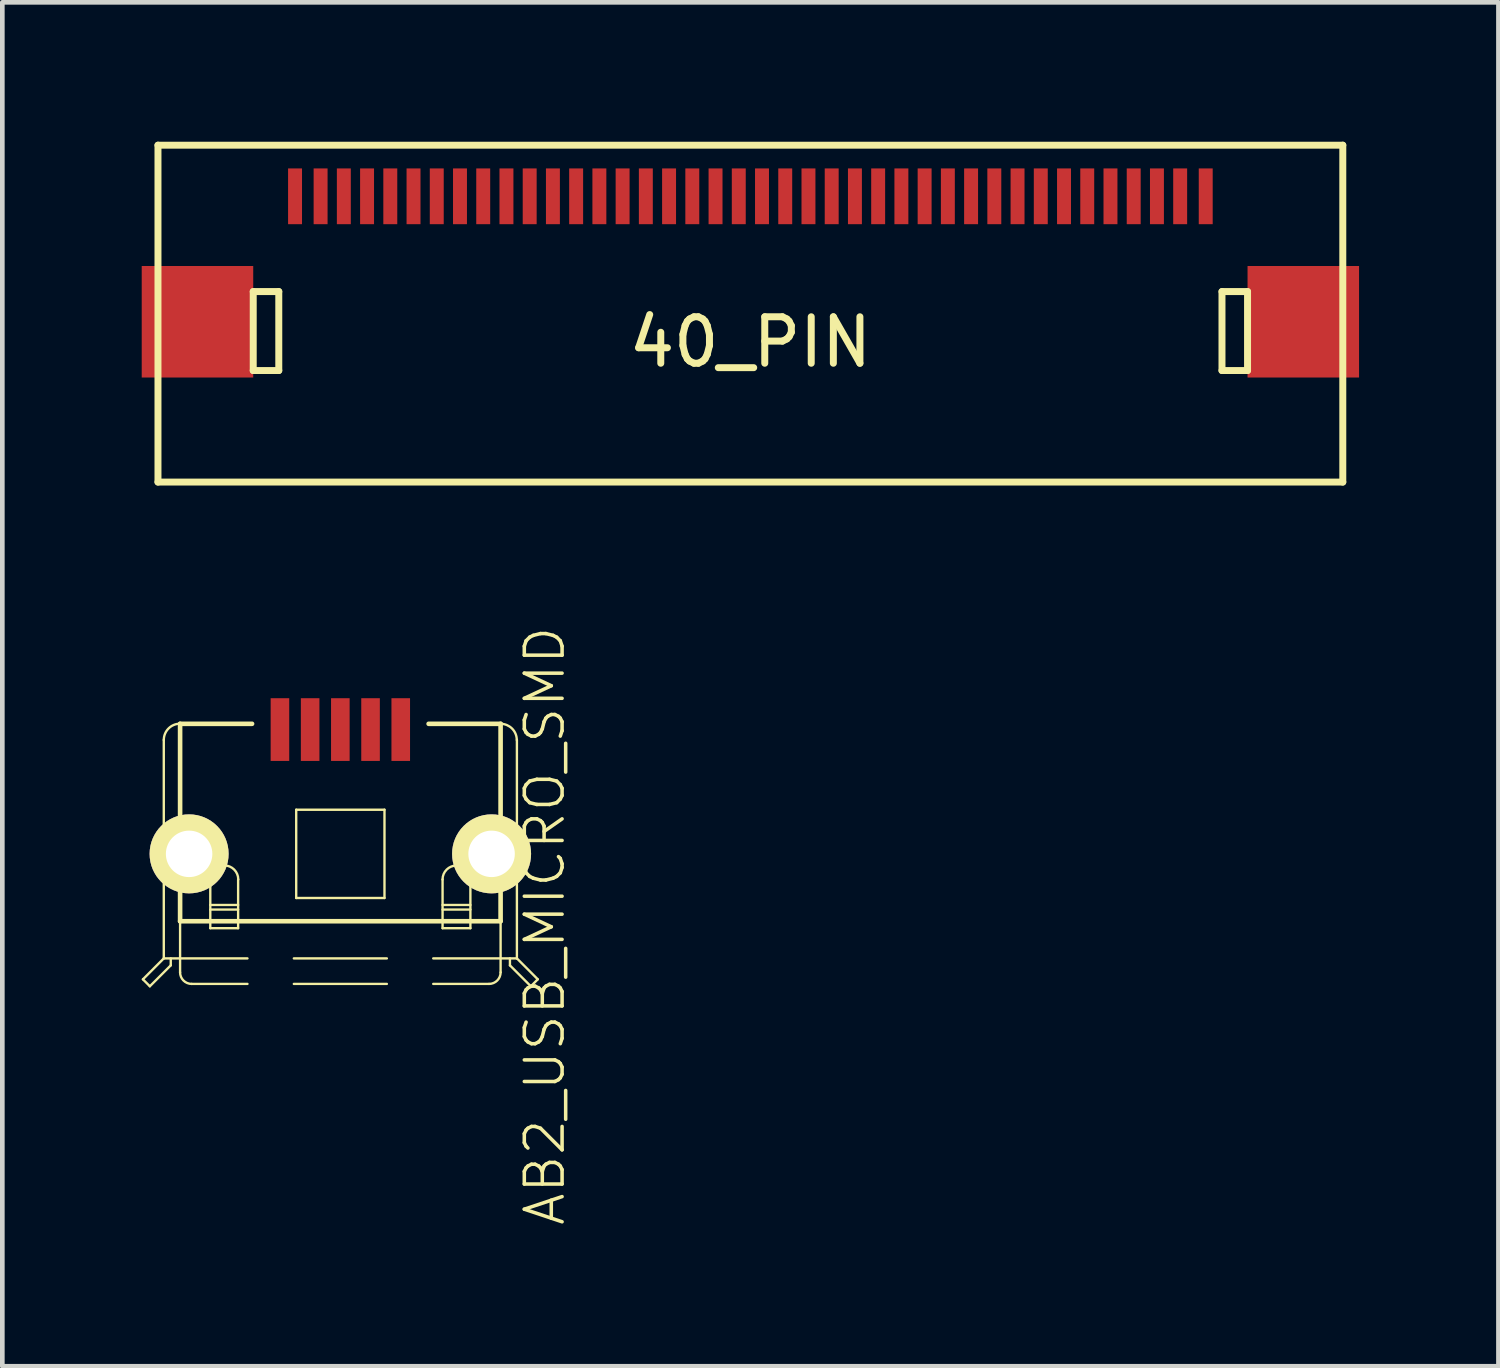
<source format=kicad_pcb>
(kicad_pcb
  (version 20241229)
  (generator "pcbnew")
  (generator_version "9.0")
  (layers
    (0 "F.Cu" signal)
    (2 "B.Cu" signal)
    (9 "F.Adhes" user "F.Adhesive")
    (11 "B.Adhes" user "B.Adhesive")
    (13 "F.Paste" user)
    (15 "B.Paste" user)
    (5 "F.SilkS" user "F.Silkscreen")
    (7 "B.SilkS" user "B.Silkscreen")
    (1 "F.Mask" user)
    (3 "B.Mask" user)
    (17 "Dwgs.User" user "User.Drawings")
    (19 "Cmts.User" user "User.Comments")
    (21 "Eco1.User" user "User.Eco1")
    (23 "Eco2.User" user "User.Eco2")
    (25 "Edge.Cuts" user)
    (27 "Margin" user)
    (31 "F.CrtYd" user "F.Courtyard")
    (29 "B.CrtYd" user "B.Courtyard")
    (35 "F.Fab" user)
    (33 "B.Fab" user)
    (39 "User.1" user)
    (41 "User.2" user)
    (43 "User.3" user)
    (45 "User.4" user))
  (footprint "40_PIN"
    (layer "F.Cu")
    (at 13.1 5.075)
    (property "Reference" "40_PIN" (at 0 -0.762 0) (layer "F.SilkS") (effects (font (size 1 1) (thickness 0.15))))
    (attr through_hole)
    (fp_line (start -12.75 -5) (end 12.75 -5) (stroke (width 0.15) (type solid)) (layer "F.SilkS"))
    (fp_line (start -12.75 2.25) (end -12.75 -5) (stroke (width 0.15) (type solid)) (layer "F.SilkS"))
    (fp_line (start -10.7 -1.85) (end -10.7 -0.15) (stroke (width 0.15) (type solid)) (layer "F.SilkS"))
    (fp_line (start -10.7 -0.15) (end -10.15 -0.15) (stroke (width 0.15) (type solid)) (layer "F.SilkS"))
    (fp_line (start -10.15 -1.85) (end -10.7 -1.85) (stroke (width 0.15) (type solid)) (layer "F.SilkS"))
    (fp_line (start -10.15 -0.15) (end -10.15 -1.85) (stroke (width 0.15) (type solid)) (layer "F.SilkS"))
    (fp_line (start 10.15 -1.85) (end 10.7 -1.85) (stroke (width 0.15) (type solid)) (layer "F.SilkS"))
    (fp_line (start 10.15 -0.15) (end 10.15 -1.85) (stroke (width 0.15) (type solid)) (layer "F.SilkS"))
    (fp_line (start 10.7 -1.85) (end 10.7 -0.15) (stroke (width 0.15) (type solid)) (layer "F.SilkS"))
    (fp_line (start 10.7 -0.15) (end 10.15 -0.15) (stroke (width 0.15) (type solid)) (layer "F.SilkS"))
    (fp_line (start 12.75 -5) (end 12.75 2.25) (stroke (width 0.15) (type solid)) (layer "F.SilkS"))
    (fp_line (start 12.75 2.25) (end -12.75 2.25) (stroke (width 0.15) (type solid)) (layer "F.SilkS"))
    (pad "1" smd rect (at -9.8 -3.9) (size 0.3 1.2) (layers "F.Cu" "F.Mask" "F.Paste"))
    (pad "2" smd rect (at -9.25 -3.9) (size 0.3 1.2) (layers "F.Cu" "F.Mask" "F.Paste"))
    (pad "3" smd rect (at -8.75 -3.9) (size 0.3 1.2) (layers "F.Cu" "F.Mask" "F.Paste"))
    (pad "4" smd rect (at -8.25 -3.9) (size 0.3 1.2) (layers "F.Cu" "F.Mask" "F.Paste"))
    (pad "5" smd rect (at -7.75 -3.9) (size 0.3 1.2) (layers "F.Cu" "F.Mask" "F.Paste"))
    (pad "6" smd rect (at -7.25 -3.9) (size 0.3 1.2) (layers "F.Cu" "F.Mask" "F.Paste"))
    (pad "7" smd rect (at -6.75 -3.9) (size 0.3 1.2) (layers "F.Cu" "F.Mask" "F.Paste"))
    (pad "8" smd rect (at -6.25 -3.9) (size 0.3 1.2) (layers "F.Cu" "F.Mask" "F.Paste"))
    (pad "9" smd rect (at -5.75 -3.9) (size 0.3 1.2) (layers "F.Cu" "F.Mask" "F.Paste"))
    (pad "10" smd rect (at -5.25 -3.9) (size 0.3 1.2) (layers "F.Cu" "F.Mask" "F.Paste"))
    (pad "11" smd rect (at -4.75 -3.9) (size 0.3 1.2) (layers "F.Cu" "F.Mask" "F.Paste"))
    (pad "12" smd rect (at -4.25 -3.9) (size 0.3 1.2) (layers "F.Cu" "F.Mask" "F.Paste"))
    (pad "13" smd rect (at -3.75 -3.9) (size 0.3 1.2) (layers "F.Cu" "F.Mask" "F.Paste"))
    (pad "14" smd rect (at -3.25 -3.9) (size 0.3 1.2) (layers "F.Cu" "F.Mask" "F.Paste"))
    (pad "15" smd rect (at -2.75 -3.9) (size 0.3 1.2) (layers "F.Cu" "F.Mask" "F.Paste"))
    (pad "16" smd rect (at -2.25 -3.9) (size 0.3 1.2) (layers "F.Cu" "F.Mask" "F.Paste"))
    (pad "17" smd rect (at -1.75 -3.9) (size 0.3 1.2) (layers "F.Cu" "F.Mask" "F.Paste"))
    (pad "18" smd rect (at -1.25 -3.9) (size 0.3 1.2) (layers "F.Cu" "F.Mask" "F.Paste"))
    (pad "19" smd rect (at -0.75 -3.9) (size 0.3 1.2) (layers "F.Cu" "F.Mask" "F.Paste"))
    (pad "20" smd rect (at -0.25 -3.9) (size 0.3 1.2) (layers "F.Cu" "F.Mask" "F.Paste"))
    (pad "21" smd rect (at 0.25 -3.9) (size 0.3 1.2) (layers "F.Cu" "F.Mask" "F.Paste"))
    (pad "22" smd rect (at 0.75 -3.9) (size 0.3 1.2) (layers "F.Cu" "F.Mask" "F.Paste"))
    (pad "23" smd rect (at 1.25 -3.9) (size 0.3 1.2) (layers "F.Cu" "F.Mask" "F.Paste"))
    (pad "24" smd rect (at 1.75 -3.9) (size 0.3 1.2) (layers "F.Cu" "F.Mask" "F.Paste"))
    (pad "25" smd rect (at 2.25 -3.9) (size 0.3 1.2) (layers "F.Cu" "F.Mask" "F.Paste"))
    (pad "26" smd rect (at 2.75 -3.9) (size 0.3 1.2) (layers "F.Cu" "F.Mask" "F.Paste"))
    (pad "27" smd rect (at 3.25 -3.9) (size 0.3 1.2) (layers "F.Cu" "F.Mask" "F.Paste"))
    (pad "28" smd rect (at 3.75 -3.9) (size 0.3 1.2) (layers "F.Cu" "F.Mask" "F.Paste"))
    (pad "29" smd rect (at 4.25 -3.9) (size 0.3 1.2) (layers "F.Cu" "F.Mask" "F.Paste"))
    (pad "30" smd rect (at 4.75 -3.9) (size 0.3 1.2) (layers "F.Cu" "F.Mask" "F.Paste"))
    (pad "31" smd rect (at 5.25 -3.9) (size 0.3 1.2) (layers "F.Cu" "F.Mask" "F.Paste"))
    (pad "32" smd rect (at 5.75 -3.9) (size 0.3 1.2) (layers "F.Cu" "F.Mask" "F.Paste"))
    (pad "33" smd rect (at 6.25 -3.9) (size 0.3 1.2) (layers "F.Cu" "F.Mask" "F.Paste"))
    (pad "34" smd rect (at 6.75 -3.9) (size 0.3 1.2) (layers "F.Cu" "F.Mask" "F.Paste"))
    (pad "35" smd rect (at 7.25 -3.9) (size 0.3 1.2) (layers "F.Cu" "F.Mask" "F.Paste"))
    (pad "36" smd rect (at 7.75 -3.9) (size 0.3 1.2) (layers "F.Cu" "F.Mask" "F.Paste"))
    (pad "37" smd rect (at 8.25 -3.9) (size 0.3 1.2) (layers "F.Cu" "F.Mask" "F.Paste"))
    (pad "38" smd rect (at 8.75 -3.9) (size 0.3 1.2) (layers "F.Cu" "F.Mask" "F.Paste"))
    (pad "39" smd rect (at 9.25 -3.9) (size 0.3 1.2) (layers "F.Cu" "F.Mask" "F.Paste"))
    (pad "40" smd rect (at 9.8 -3.9) (size 0.3 1.2) (layers "F.Cu" "F.Mask" "F.Paste"))
    (pad "41" smd rect (at -11.9 -1.2) (size 2.4 2.4) (layers "F.Cu" "F.Mask" "F.Paste"))
    (pad "42" smd rect (at 11.9 -1.2) (size 2.4 2.4) (layers "F.Cu" "F.Mask" "F.Paste")))
  (footprint "AB2_USB_MICRO_SMD"
    (layer "F.Cu")
    (at 4.275 15.283)
    (property "Reference" "AB2_USB_MICRO_SMD" (at 4.4 1.594 270) (layer "F.SilkS") (effects (font (size 0.813 0.813) (thickness 0.076))))
    (attr through_hole)
    (fp_line (start -4.249 2.744) (end -4.1 2.894) (stroke (width 0.051) (type solid)) (layer "F.SilkS"))
    (fp_line (start -4.1 2.894) (end -3.65 2.444) (stroke (width 0.051) (type solid)) (layer "F.SilkS"))
    (fp_line (start -3.8 -2.407) (end -3.8 2.294) (stroke (width 0.051) (type solid)) (layer "F.SilkS"))
    (fp_line (start -3.8 2.294) (end -4.249 2.744) (stroke (width 0.051) (type solid)) (layer "F.SilkS"))
    (fp_line (start -3.8 2.294) (end -1.999 2.294) (stroke (width 0.051) (type solid)) (layer "F.SilkS"))
    (fp_line (start -3.65 2.444) (end -3.65 2.294) (stroke (width 0.051) (type solid)) (layer "F.SilkS"))
    (fp_line (start -3.449 -2.755) (end -1.9 -2.755) (stroke (width 0.099) (type solid)) (layer "F.SilkS"))
    (fp_line (start -3.449 1.494) (end -3.449 -2.755) (stroke (width 0.099) (type solid)) (layer "F.SilkS"))
    (fp_line (start -3.449 1.494) (end -3.449 2.594) (stroke (width 0.051) (type solid)) (layer "F.SilkS"))
    (fp_line (start -3.449 1.494) (end 3.449 1.494) (stroke (width 0.099) (type solid)) (layer "F.SilkS"))
    (fp_line (start -3.2 2.843) (end -1.999 2.843) (stroke (width 0.051) (type solid)) (layer "F.SilkS"))
    (fp_line (start -2.799 1.144) (end -2.2 1.144) (stroke (width 0.051) (type solid)) (layer "F.SilkS"))
    (fp_line (start -2.799 1.243) (end -2.2 1.243) (stroke (width 0.051) (type solid)) (layer "F.SilkS"))
    (fp_line (start -2.799 1.644) (end -2.799 0.595) (stroke (width 0.051) (type solid)) (layer "F.SilkS"))
    (fp_line (start -2.799 1.644) (end -2.2 1.644) (stroke (width 0.051) (type solid)) (layer "F.SilkS"))
    (fp_line (start -2.2 1.644) (end -2.2 0.595) (stroke (width 0.051) (type solid)) (layer "F.SilkS"))
    (fp_line (start -1.001 2.294) (end 1.001 2.294) (stroke (width 0.051) (type solid)) (layer "F.SilkS"))
    (fp_line (start -1.001 2.843) (end 1.001 2.843) (stroke (width 0.051) (type solid)) (layer "F.SilkS"))
    (fp_line (start -0.95 -0.906) (end 0.95 -0.906) (stroke (width 0.051) (type solid)) (layer "F.SilkS"))
    (fp_line (start -0.95 0.994) (end -0.95 -0.906) (stroke (width 0.051) (type solid)) (layer "F.SilkS"))
    (fp_line (start 0.95 -0.906) (end 0.95 0.994) (stroke (width 0.051) (type solid)) (layer "F.SilkS"))
    (fp_line (start 0.95 0.994) (end -0.95 0.994) (stroke (width 0.051) (type solid)) (layer "F.SilkS"))
    (fp_line (start 1.999 2.294) (end 3.8 2.294) (stroke (width 0.051) (type solid)) (layer "F.SilkS"))
    (fp_line (start 1.999 2.843) (end 3.2 2.843) (stroke (width 0.051) (type solid)) (layer "F.SilkS"))
    (fp_line (start 2.2 1.144) (end 2.799 1.144) (stroke (width 0.051) (type solid)) (layer "F.SilkS"))
    (fp_line (start 2.2 1.243) (end 2.799 1.243) (stroke (width 0.051) (type solid)) (layer "F.SilkS"))
    (fp_line (start 2.2 1.644) (end 2.2 0.595) (stroke (width 0.051) (type solid)) (layer "F.SilkS"))
    (fp_line (start 2.2 1.644) (end 2.799 1.644) (stroke (width 0.051) (type solid)) (layer "F.SilkS"))
    (fp_line (start 2.799 1.644) (end 2.799 0.595) (stroke (width 0.051) (type solid)) (layer "F.SilkS"))
    (fp_line (start 3.449 -2.755) (end 1.9 -2.755) (stroke (width 0.099) (type solid)) (layer "F.SilkS"))
    (fp_line (start 3.449 1.494) (end 3.449 -2.755) (stroke (width 0.099) (type solid)) (layer "F.SilkS"))
    (fp_line (start 3.449 1.494) (end 3.449 2.594) (stroke (width 0.051) (type solid)) (layer "F.SilkS"))
    (fp_line (start 3.65 2.444) (end 3.65 2.294) (stroke (width 0.051) (type solid)) (layer "F.SilkS"))
    (fp_line (start 3.8 -2.407) (end 3.8 2.294) (stroke (width 0.051) (type solid)) (layer "F.SilkS"))
    (fp_line (start 3.8 2.294) (end 4.249 2.744) (stroke (width 0.051) (type solid)) (layer "F.SilkS"))
    (fp_line (start 4.1 2.894) (end 3.65 2.444) (stroke (width 0.051) (type solid)) (layer "F.SilkS"))
    (fp_line (start 4.1 2.894) (end 4.249 2.744) (stroke (width 0.051) (type solid)) (layer "F.SilkS"))
    (fp_arc (start -3.79984 -2.4071) (mid -3.697175 -2.654955) (end -3.44932 -2.75762) (stroke (width 0.0508) (type solid)) (layer "F.SilkS"))
    (fp_arc (start -3.2004 2.84308) (mid -3.376413 2.770173) (end -3.44932 2.59416) (stroke (width 0.0508) (type solid)) (layer "F.SilkS"))
    (fp_arc (start -2.79908 0.59518) (mid -2.711294 0.383246) (end -2.49936 0.29546) (stroke (width 0.0508) (type solid)) (layer "F.SilkS"))
    (fp_arc (start -2.49936 0.29292) (mid -2.28563 0.38145) (end -2.1971 0.59518) (stroke (width 0.0508) (type solid)) (layer "F.SilkS"))
    (fp_arc (start 2.19964 0.59518) (mid 2.287426 0.383246) (end 2.49936 0.29546) (stroke (width 0.0508) (type solid)) (layer "F.SilkS"))
    (fp_arc (start 2.49936 0.29292) (mid 2.71309 0.38145) (end 2.80162 0.59518) (stroke (width 0.0508) (type solid)) (layer "F.SilkS"))
    (fp_arc (start 3.44932 -2.75508) (mid 3.695379 -2.653159) (end 3.7973 -2.4071) (stroke (width 0.0508) (type solid)) (layer "F.SilkS"))
    (fp_arc (start 3.44932 2.59416) (mid 3.376413 2.770173) (end 3.2004 2.84308) (stroke (width 0.0508) (type solid)) (layer "F.SilkS"))
    (pad "1" smd rect (at -1.3 -2.631) (size 0.4 1.35) (layers "F.Cu" "F.Mask" "F.Paste"))
    (pad "2" smd rect (at -0.65 -2.631) (size 0.4 1.35) (layers "F.Cu" "F.Mask" "F.Paste"))
    (pad "3" smd rect (at 0 -2.631) (size 0.4 1.35) (layers "F.Cu" "F.Mask" "F.Paste"))
    (pad "4" smd rect (at 0.65 -2.631) (size 0.4 1.35) (layers "F.Cu" "F.Mask" "F.Paste"))
    (pad "5" smd rect (at 1.3 -2.631) (size 0.4 1.35) (layers "F.Cu" "F.Mask" "F.Paste"))
    (pad "6" thru_hole circle (at -3.255 0.044) (size 1.7 1.7) (drill 1) (layers "*.Cu" "*.Mask" "F.SilkS"))
    (pad "6" thru_hole circle (at 3.255 0.044) (size 1.7 1.7) (drill 1) (layers "*.Cu" "*.Mask" "F.SilkS")))
  (gr_rect
    (start -3 -3)
    (end 29.2 26.355)
    (stroke (width 0.1) (type default))
    (fill no)
    (layer "Edge.Cuts")))
</source>
